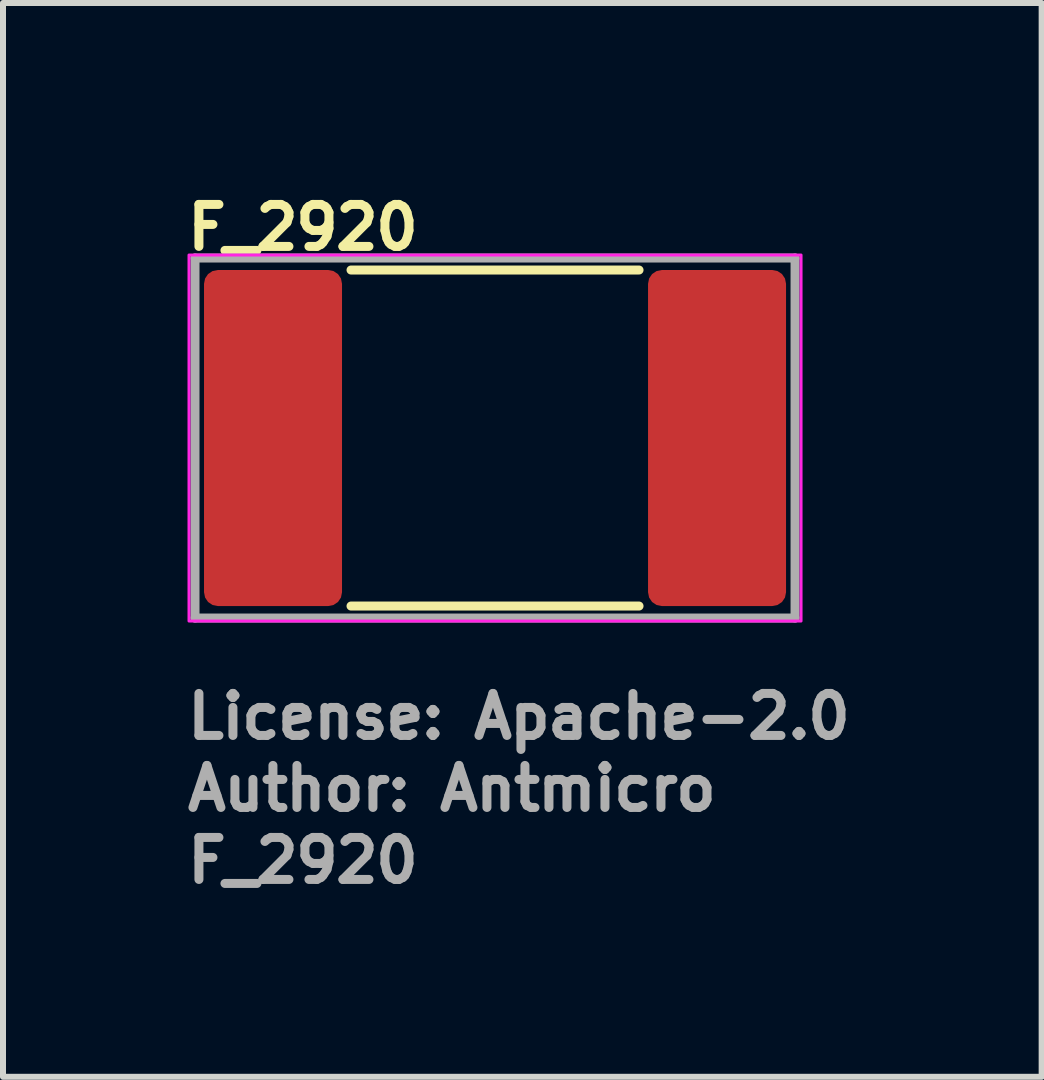
<source format=kicad_pcb>
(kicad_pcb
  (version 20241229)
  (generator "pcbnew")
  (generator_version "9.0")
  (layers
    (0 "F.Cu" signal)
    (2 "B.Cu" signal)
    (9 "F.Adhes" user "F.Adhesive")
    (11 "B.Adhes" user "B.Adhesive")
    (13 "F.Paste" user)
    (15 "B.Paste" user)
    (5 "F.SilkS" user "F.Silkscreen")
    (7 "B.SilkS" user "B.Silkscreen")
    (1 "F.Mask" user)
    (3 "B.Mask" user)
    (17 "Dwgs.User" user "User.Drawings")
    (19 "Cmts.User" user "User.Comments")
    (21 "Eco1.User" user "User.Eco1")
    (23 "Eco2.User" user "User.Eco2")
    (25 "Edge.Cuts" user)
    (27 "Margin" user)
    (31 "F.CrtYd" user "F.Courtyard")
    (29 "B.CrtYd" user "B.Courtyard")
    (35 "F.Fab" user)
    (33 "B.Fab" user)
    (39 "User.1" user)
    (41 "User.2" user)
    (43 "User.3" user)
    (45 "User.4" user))
  (footprint "F_2920"
    (layer "F.Cu")
    (at 5.2 4.25)
    (property "Reference" "F_2920" (at -5.2 -3.1 0) (layer "F.SilkS") (effects (font (size 0.7 0.7) (thickness 0.15)) (justify left bottom)))
    (attr smd)
    (fp_line (start -2.4 -2.8) (end 2.4 -2.8) (stroke (width 0.15) (type solid)) (layer "F.SilkS"))
    (fp_line (start -2.4 2.8) (end 2.4 2.8) (stroke (width 0.15) (type solid)) (layer "F.SilkS"))
    (fp_rect (start -5.1 -3.05) (end 5.1 3.05) (stroke (width 0.05) (type solid)) (fill no) (layer "F.CrtYd"))
    (fp_line (start -5 -3) (end -5 3) (stroke (width 0.15) (type solid)) (layer "F.Fab"))
    (fp_line (start -5 -3) (end 5 -3) (stroke (width 0.15) (type solid)) (layer "F.Fab"))
    (fp_line (start -5 3) (end 5 3) (stroke (width 0.15) (type solid)) (layer "F.Fab"))
    (fp_line (start 5 3) (end 5 -3) (stroke (width 0.15) (type solid)) (layer "F.Fab"))
    (fp_rect (start -3.678 -2.56) (end 3.678 2.56) (stroke (width 0.1) (type solid)) (fill no) (layer "User.5"))
    (fp_line (start -3.678 -2.56) (end -3.678 -0.7) (stroke (width 0.02) (type solid)) (layer "User.9"))
    (fp_line (start -3.678 -0.7) (end -3.631 -0.698) (stroke (width 0.02) (type solid)) (layer "User.9"))
    (fp_line (start -3.678 0.7) (end -3.678 2.56) (stroke (width 0.02) (type solid)) (layer "User.9"))
    (fp_line (start -3.678 2.56) (end -2.828 2.56) (stroke (width 0.02) (type solid)) (layer "User.9"))
    (fp_line (start -3.654 0.7) (end -3.678 0.7) (stroke (width 0.02) (type solid)) (layer "User.9"))
    (fp_line (start -3.631 -0.698) (end -3.585 -0.694) (stroke (width 0.02) (type solid)) (layer "User.9"))
    (fp_line (start -3.631 0.698) (end -3.654 0.7) (stroke (width 0.02) (type solid)) (layer "User.9"))
    (fp_line (start -3.608 0.697) (end -3.631 0.698) (stroke (width 0.02) (type solid)) (layer "User.9"))
    (fp_line (start -3.585 -0.694) (end -3.539 -0.686) (stroke (width 0.02) (type solid)) (layer "User.9"))
    (fp_line (start -3.585 0.694) (end -3.608 0.697) (stroke (width 0.02) (type solid)) (layer "User.9"))
    (fp_line (start -3.562 0.69) (end -3.585 0.694) (stroke (width 0.02) (type solid)) (layer "User.9"))
    (fp_line (start -3.539 -0.686) (end -3.495 -0.676) (stroke (width 0.02) (type solid)) (layer "User.9"))
    (fp_line (start -3.539 0.686) (end -3.562 0.69) (stroke (width 0.02) (type solid)) (layer "User.9"))
    (fp_line (start -3.517 0.681) (end -3.539 0.686) (stroke (width 0.02) (type solid)) (layer "User.9"))
    (fp_line (start -3.495 -0.676) (end -3.451 -0.662) (stroke (width 0.02) (type solid)) (layer "User.9"))
    (fp_line (start -3.495 0.676) (end -3.517 0.681) (stroke (width 0.02) (type solid)) (layer "User.9"))
    (fp_line (start -3.473 0.669) (end -3.495 0.676) (stroke (width 0.02) (type solid)) (layer "User.9"))
    (fp_line (start -3.451 -0.662) (end -3.409 -0.646) (stroke (width 0.02) (type solid)) (layer "User.9"))
    (fp_line (start -3.451 0.662) (end -3.473 0.669) (stroke (width 0.02) (type solid)) (layer "User.9"))
    (fp_line (start -3.43 0.655) (end -3.451 0.662) (stroke (width 0.02) (type solid)) (layer "User.9"))
    (fp_line (start -3.409 -0.646) (end -3.367 -0.628) (stroke (width 0.02) (type solid)) (layer "User.9"))
    (fp_line (start -3.409 0.646) (end -3.43 0.655) (stroke (width 0.02) (type solid)) (layer "User.9"))
    (fp_line (start -3.388 0.637) (end -3.409 0.646) (stroke (width 0.02) (type solid)) (layer "User.9"))
    (fp_line (start -3.367 -0.628) (end -3.328 -0.606) (stroke (width 0.02) (type solid)) (layer "User.9"))
    (fp_line (start -3.367 0.628) (end -3.388 0.637) (stroke (width 0.02) (type solid)) (layer "User.9"))
    (fp_line (start -3.347 0.617) (end -3.367 0.628) (stroke (width 0.02) (type solid)) (layer "User.9"))
    (fp_line (start -3.328 -0.606) (end -3.289 -0.582) (stroke (width 0.02) (type solid)) (layer "User.9"))
    (fp_line (start -3.328 0.606) (end -3.347 0.617) (stroke (width 0.02) (type solid)) (layer "User.9"))
    (fp_line (start -3.308 0.595) (end -3.328 0.606) (stroke (width 0.02) (type solid)) (layer "User.9"))
    (fp_line (start -3.289 -0.582) (end -3.252 -0.556) (stroke (width 0.02) (type solid)) (layer "User.9"))
    (fp_line (start -3.289 0.582) (end -3.308 0.595) (stroke (width 0.02) (type solid)) (layer "User.9"))
    (fp_line (start -3.27 0.569) (end -3.289 0.582) (stroke (width 0.02) (type solid)) (layer "User.9"))
    (fp_line (start -3.252 -0.556) (end -3.217 -0.527) (stroke (width 0.02) (type solid)) (layer "User.9"))
    (fp_line (start -3.252 0.556) (end -3.27 0.569) (stroke (width 0.02) (type solid)) (layer "User.9"))
    (fp_line (start -3.234 0.542) (end -3.252 0.556) (stroke (width 0.02) (type solid)) (layer "User.9"))
    (fp_line (start -3.217 -0.527) (end -3.184 -0.496) (stroke (width 0.02) (type solid)) (layer "User.9"))
    (fp_line (start -3.217 0.527) (end -3.234 0.542) (stroke (width 0.02) (type solid)) (layer "User.9"))
    (fp_line (start -3.2 0.512) (end -3.217 0.527) (stroke (width 0.02) (type solid)) (layer "User.9"))
    (fp_line (start -3.184 -0.496) (end -3.152 -0.463) (stroke (width 0.02) (type solid)) (layer "User.9"))
    (fp_line (start -3.184 0.496) (end -3.2 0.512) (stroke (width 0.02) (type solid)) (layer "User.9"))
    (fp_line (start -3.168 0.48) (end -3.184 0.496) (stroke (width 0.02) (type solid)) (layer "User.9"))
    (fp_line (start -3.152 -0.463) (end -3.123 -0.427) (stroke (width 0.02) (type solid)) (layer "User.9"))
    (fp_line (start -3.152 0.463) (end -3.168 0.48) (stroke (width 0.02) (type solid)) (layer "User.9"))
    (fp_line (start -3.137 0.445) (end -3.152 0.463) (stroke (width 0.02) (type solid)) (layer "User.9"))
    (fp_line (start -3.123 -0.427) (end -3.096 -0.39) (stroke (width 0.02) (type solid)) (layer "User.9"))
    (fp_line (start -3.123 0.427) (end -3.137 0.445) (stroke (width 0.02) (type solid)) (layer "User.9"))
    (fp_line (start -3.109 0.409) (end -3.123 0.427) (stroke (width 0.02) (type solid)) (layer "User.9"))
    (fp_line (start -3.096 -0.39) (end -3.071 -0.35) (stroke (width 0.02) (type solid)) (layer "User.9"))
    (fp_line (start -3.096 0.39) (end -3.109 0.409) (stroke (width 0.02) (type solid)) (layer "User.9"))
    (fp_line (start -3.083 0.37) (end -3.096 0.39) (stroke (width 0.02) (type solid)) (layer "User.9"))
    (fp_line (start -3.071 -0.35) (end -3.049 -0.309) (stroke (width 0.02) (type solid)) (layer "User.9"))
    (fp_line (start -3.071 0.35) (end -3.083 0.37) (stroke (width 0.02) (type solid)) (layer "User.9"))
    (fp_line (start -3.049 -0.309) (end -3.03 -0.267) (stroke (width 0.02) (type solid)) (layer "User.9"))
    (fp_line (start -3.049 0.309) (end -3.071 0.35) (stroke (width 0.02) (type solid)) (layer "User.9"))
    (fp_line (start -3.03 -0.267) (end -3.014 -0.224) (stroke (width 0.02) (type solid)) (layer "User.9"))
    (fp_line (start -3.03 0.267) (end -3.049 0.309) (stroke (width 0.02) (type solid)) (layer "User.9"))
    (fp_line (start -3.014 -0.224) (end -3.001 -0.18) (stroke (width 0.02) (type solid)) (layer "User.9"))
    (fp_line (start -3.014 0.224) (end -3.03 0.267) (stroke (width 0.02) (type solid)) (layer "User.9"))
    (fp_line (start -3.001 -0.18) (end -2.991 -0.135) (stroke (width 0.02) (type solid)) (layer "User.9"))
    (fp_line (start -3.001 0.18) (end -3.014 0.224) (stroke (width 0.02) (type solid)) (layer "User.9"))
    (fp_line (start -2.991 -0.135) (end -2.983 -0.09) (stroke (width 0.02) (type solid)) (layer "User.9"))
    (fp_line (start -2.991 0.135) (end -3.001 0.18) (stroke (width 0.02) (type solid)) (layer "User.9"))
    (fp_line (start -2.983 -0.09) (end -2.979 -0.045) (stroke (width 0.02) (type solid)) (layer "User.9"))
    (fp_line (start -2.983 0.09) (end -2.991 0.135) (stroke (width 0.02) (type solid)) (layer "User.9"))
    (fp_line (start -2.979 -0.045) (end -2.978 0) (stroke (width 0.02) (type solid)) (layer "User.9"))
    (fp_line (start -2.979 0.045) (end -2.983 0.09) (stroke (width 0.02) (type solid)) (layer "User.9"))
    (fp_line (start -2.978 0) (end -2.979 0.045) (stroke (width 0.02) (type solid)) (layer "User.9"))
    (fp_line (start -2.828 -2.56) (end -3.678 -2.56) (stroke (width 0.02) (type solid)) (layer "User.9"))
    (fp_line (start -2.828 -2.56) (end -2.828 2.56) (stroke (width 0.02) (type solid)) (layer "User.9"))
    (fp_line (start -2.828 2.56) (end -2.828 -2.56) (stroke (width 0.02) (type solid)) (layer "User.9"))
    (fp_line (start -2.828 2.56) (end -2.581 2.56) (stroke (width 0.02) (type solid)) (layer "User.9"))
    (fp_line (start -2.581 -2.56) (end -2.828 -2.56) (stroke (width 0.02) (type solid)) (layer "User.9"))
    (fp_line (start -2.581 -2.56) (end -2.581 2.56) (stroke (width 0.02) (type solid)) (layer "User.9"))
    (fp_line (start -2.581 2.56) (end -2.581 -2.56) (stroke (width 0.02) (type solid)) (layer "User.9"))
    (fp_line (start -2.581 2.56) (end 2.828 2.56) (stroke (width 0.02) (type solid)) (layer "User.9"))
    (fp_line (start 2.828 -2.56) (end -2.581 -2.56) (stroke (width 0.02) (type solid)) (layer "User.9"))
    (fp_line (start 2.828 -2.56) (end 2.828 2.56) (stroke (width 0.02) (type solid)) (layer "User.9"))
    (fp_line (start 2.828 2.56) (end 2.828 -2.56) (stroke (width 0.02) (type solid)) (layer "User.9"))
    (fp_line (start 2.828 2.56) (end 3.678 2.56) (stroke (width 0.02) (type solid)) (layer "User.9"))
    (fp_line (start 2.978 0) (end 2.979 -0.045) (stroke (width 0.02) (type solid)) (layer "User.9"))
    (fp_line (start 2.979 -0.045) (end 2.983 -0.09) (stroke (width 0.02) (type solid)) (layer "User.9"))
    (fp_line (start 2.979 0.045) (end 2.978 0) (stroke (width 0.02) (type solid)) (layer "User.9"))
    (fp_line (start 2.983 -0.09) (end 2.991 -0.135) (stroke (width 0.02) (type solid)) (layer "User.9"))
    (fp_line (start 2.983 0.09) (end 2.979 0.045) (stroke (width 0.02) (type solid)) (layer "User.9"))
    (fp_line (start 2.991 -0.135) (end 3.001 -0.18) (stroke (width 0.02) (type solid)) (layer "User.9"))
    (fp_line (start 2.991 0.135) (end 2.983 0.09) (stroke (width 0.02) (type solid)) (layer "User.9"))
    (fp_line (start 3.001 -0.18) (end 3.014 -0.224) (stroke (width 0.02) (type solid)) (layer "User.9"))
    (fp_line (start 3.001 0.18) (end 2.991 0.135) (stroke (width 0.02) (type solid)) (layer "User.9"))
    (fp_line (start 3.014 -0.224) (end 3.03 -0.267) (stroke (width 0.02) (type solid)) (layer "User.9"))
    (fp_line (start 3.014 0.224) (end 3.001 0.18) (stroke (width 0.02) (type solid)) (layer "User.9"))
    (fp_line (start 3.03 -0.267) (end 3.049 -0.309) (stroke (width 0.02) (type solid)) (layer "User.9"))
    (fp_line (start 3.03 0.267) (end 3.014 0.224) (stroke (width 0.02) (type solid)) (layer "User.9"))
    (fp_line (start 3.049 -0.309) (end 3.071 -0.35) (stroke (width 0.02) (type solid)) (layer "User.9"))
    (fp_line (start 3.049 0.309) (end 3.03 0.267) (stroke (width 0.02) (type solid)) (layer "User.9"))
    (fp_line (start 3.071 -0.35) (end 3.083 -0.37) (stroke (width 0.02) (type solid)) (layer "User.9"))
    (fp_line (start 3.071 0.35) (end 3.049 0.309) (stroke (width 0.02) (type solid)) (layer "User.9"))
    (fp_line (start 3.083 -0.37) (end 3.096 -0.39) (stroke (width 0.02) (type solid)) (layer "User.9"))
    (fp_line (start 3.096 -0.39) (end 3.109 -0.409) (stroke (width 0.02) (type solid)) (layer "User.9"))
    (fp_line (start 3.096 0.39) (end 3.071 0.35) (stroke (width 0.02) (type solid)) (layer "User.9"))
    (fp_line (start 3.109 -0.409) (end 3.123 -0.427) (stroke (width 0.02) (type solid)) (layer "User.9"))
    (fp_line (start 3.123 -0.427) (end 3.137 -0.445) (stroke (width 0.02) (type solid)) (layer "User.9"))
    (fp_line (start 3.123 0.427) (end 3.096 0.39) (stroke (width 0.02) (type solid)) (layer "User.9"))
    (fp_line (start 3.137 -0.445) (end 3.152 -0.463) (stroke (width 0.02) (type solid)) (layer "User.9"))
    (fp_line (start 3.152 -0.463) (end 3.168 -0.48) (stroke (width 0.02) (type solid)) (layer "User.9"))
    (fp_line (start 3.152 0.463) (end 3.123 0.427) (stroke (width 0.02) (type solid)) (layer "User.9"))
    (fp_line (start 3.168 -0.48) (end 3.184 -0.496) (stroke (width 0.02) (type solid)) (layer "User.9"))
    (fp_line (start 3.184 -0.496) (end 3.2 -0.512) (stroke (width 0.02) (type solid)) (layer "User.9"))
    (fp_line (start 3.184 0.496) (end 3.152 0.463) (stroke (width 0.02) (type solid)) (layer "User.9"))
    (fp_line (start 3.2 -0.512) (end 3.217 -0.527) (stroke (width 0.02) (type solid)) (layer "User.9"))
    (fp_line (start 3.217 -0.527) (end 3.234 -0.542) (stroke (width 0.02) (type solid)) (layer "User.9"))
    (fp_line (start 3.217 0.527) (end 3.184 0.496) (stroke (width 0.02) (type solid)) (layer "User.9"))
    (fp_line (start 3.234 -0.542) (end 3.252 -0.556) (stroke (width 0.02) (type solid)) (layer "User.9"))
    (fp_line (start 3.252 -0.556) (end 3.27 -0.569) (stroke (width 0.02) (type solid)) (layer "User.9"))
    (fp_line (start 3.252 0.556) (end 3.217 0.527) (stroke (width 0.02) (type solid)) (layer "User.9"))
    (fp_line (start 3.27 -0.569) (end 3.289 -0.582) (stroke (width 0.02) (type solid)) (layer "User.9"))
    (fp_line (start 3.289 -0.582) (end 3.308 -0.595) (stroke (width 0.02) (type solid)) (layer "User.9"))
    (fp_line (start 3.289 0.582) (end 3.252 0.556) (stroke (width 0.02) (type solid)) (layer "User.9"))
    (fp_line (start 3.308 -0.595) (end 3.328 -0.606) (stroke (width 0.02) (type solid)) (layer "User.9"))
    (fp_line (start 3.328 -0.606) (end 3.347 -0.617) (stroke (width 0.02) (type solid)) (layer "User.9"))
    (fp_line (start 3.328 0.606) (end 3.289 0.582) (stroke (width 0.02) (type solid)) (layer "User.9"))
    (fp_line (start 3.347 -0.617) (end 3.367 -0.628) (stroke (width 0.02) (type solid)) (layer "User.9"))
    (fp_line (start 3.367 -0.628) (end 3.388 -0.637) (stroke (width 0.02) (type solid)) (layer "User.9"))
    (fp_line (start 3.367 0.628) (end 3.328 0.606) (stroke (width 0.02) (type solid)) (layer "User.9"))
    (fp_line (start 3.388 -0.637) (end 3.409 -0.646) (stroke (width 0.02) (type solid)) (layer "User.9"))
    (fp_line (start 3.409 -0.646) (end 3.43 -0.655) (stroke (width 0.02) (type solid)) (layer "User.9"))
    (fp_line (start 3.409 0.646) (end 3.367 0.628) (stroke (width 0.02) (type solid)) (layer "User.9"))
    (fp_line (start 3.43 -0.655) (end 3.451 -0.662) (stroke (width 0.02) (type solid)) (layer "User.9"))
    (fp_line (start 3.451 -0.662) (end 3.473 -0.669) (stroke (width 0.02) (type solid)) (layer "User.9"))
    (fp_line (start 3.451 0.662) (end 3.409 0.646) (stroke (width 0.02) (type solid)) (layer "User.9"))
    (fp_line (start 3.473 -0.669) (end 3.495 -0.676) (stroke (width 0.02) (type solid)) (layer "User.9"))
    (fp_line (start 3.495 -0.676) (end 3.517 -0.681) (stroke (width 0.02) (type solid)) (layer "User.9"))
    (fp_line (start 3.495 0.676) (end 3.451 0.662) (stroke (width 0.02) (type solid)) (layer "User.9"))
    (fp_line (start 3.517 -0.681) (end 3.539 -0.686) (stroke (width 0.02) (type solid)) (layer "User.9"))
    (fp_line (start 3.539 -0.686) (end 3.562 -0.69) (stroke (width 0.02) (type solid)) (layer "User.9"))
    (fp_line (start 3.539 0.686) (end 3.495 0.676) (stroke (width 0.02) (type solid)) (layer "User.9"))
    (fp_line (start 3.562 -0.69) (end 3.585 -0.694) (stroke (width 0.02) (type solid)) (layer "User.9"))
    (fp_line (start 3.585 -0.694) (end 3.608 -0.697) (stroke (width 0.02) (type solid)) (layer "User.9"))
    (fp_line (start 3.585 0.694) (end 3.539 0.686) (stroke (width 0.02) (type solid)) (layer "User.9"))
    (fp_line (start 3.608 -0.697) (end 3.631 -0.698) (stroke (width 0.02) (type solid)) (layer "User.9"))
    (fp_line (start 3.631 -0.698) (end 3.654 -0.7) (stroke (width 0.02) (type solid)) (layer "User.9"))
    (fp_line (start 3.631 0.698) (end 3.585 0.694) (stroke (width 0.02) (type solid)) (layer "User.9"))
    (fp_line (start 3.654 -0.7) (end 3.678 -0.7) (stroke (width 0.02) (type solid)) (layer "User.9"))
    (fp_line (start 3.678 -2.56) (end 2.828 -2.56) (stroke (width 0.02) (type solid)) (layer "User.9"))
    (fp_line (start 3.678 -0.7) (end 3.678 -2.56) (stroke (width 0.02) (type solid)) (layer "User.9"))
    (fp_line (start 3.678 0.7) (end 3.631 0.698) (stroke (width 0.02) (type solid)) (layer "User.9"))
    (fp_line (start 3.678 2.56) (end 3.678 0.7) (stroke (width 0.02) (type solid)) (layer "User.9"))
    (fp_text user "License: Apache-2.0" (at -5.2 5.05 0) (layer "F.Fab") (effects (font (size 0.7 0.7) (thickness 0.15)) (justify left bottom)))
    (fp_text user "Author: Antmicro" (at -5.2 6.25 0) (layer "F.Fab") (effects (font (size 0.7 0.7) (thickness 0.15)) (justify left bottom)))
    (fp_text user "${REFERENCE}" (at -5.2 7.45 0) (layer "F.Fab") (effects (font (size 0.7 0.7) (thickness 0.15)) (justify left bottom)))
    (pad "1" smd roundrect (at -3.7 0) (size 2.3 5.6) (layers "F.Cu" "F.Mask" "F.Paste") (roundrect_rratio 0.1))
    (pad "2" smd roundrect (at 3.7 0) (size 2.3 5.6) (layers "F.Cu" "F.Mask" "F.Paste") (roundrect_rratio 0.1)))
  (gr_rect
    (start -3 -3)
    (end 14.31 14.896)
    (stroke (width 0.1) (type default))
    (fill no)
    (layer "Edge.Cuts")))
</source>
